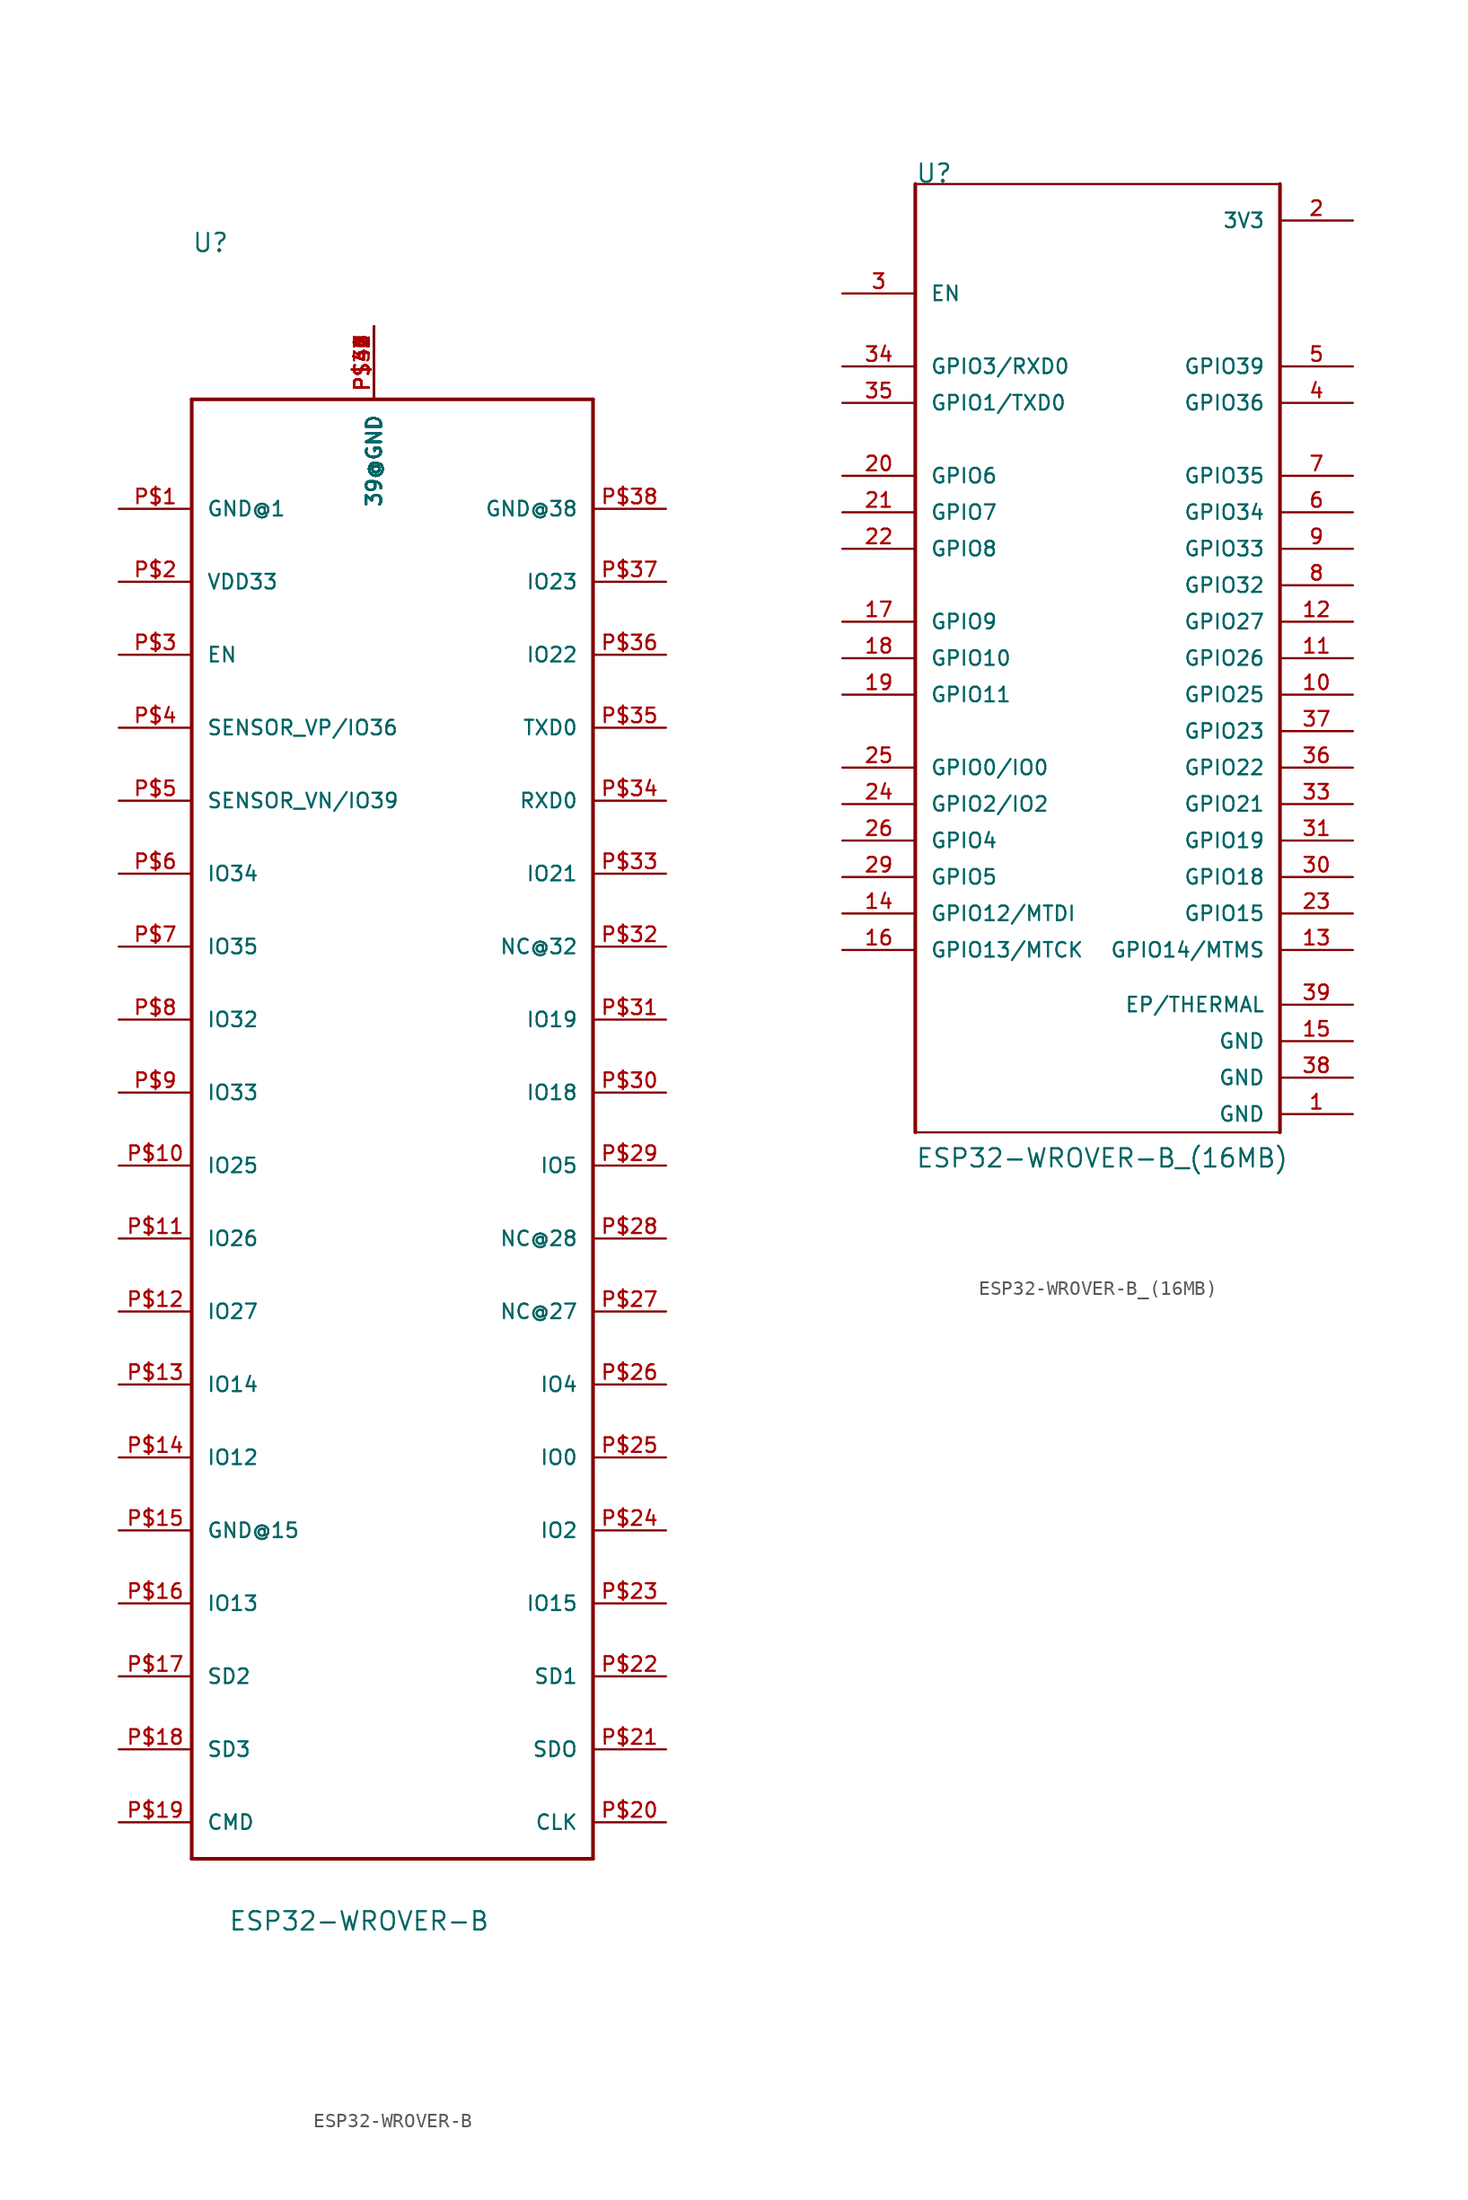
<source format=kicad_sym>
(kicad_symbol_lib
  (version 20220914)
  (generator kicad_symbol_editor)
  (symbol "ESP32-WROVER-B"
    (pin_names
      (offset 1.016))
    (property "Reference" "U"
      (at -20.32 48.26 0)
      (effects (font (size 1.27 1.27)) (justify left bottom)))
    (property "Value" "ESP32-WROVER-B"
      (at -17.78 -68.58 0)
      (effects (font (size 1.27 1.27)) (justify left bottom)))
    (symbol "ESP32-WROVER-B_0_0"
      (polyline (pts (xy -20.32 -63.5) (xy -20.32 38.1)) (stroke (width 0.254) (type solid)) (fill (type none)))
      (polyline (pts (xy -20.32 38.1) (xy 7.62 38.1)) (stroke (width 0.254) (type solid)) (fill (type none)))
      (polyline (pts (xy 7.62 -63.5) (xy -20.32 -63.5)) (stroke (width 0.254) (type solid)) (fill (type none)))
      (polyline (pts (xy 7.62 38.1) (xy 7.62 -63.5)) (stroke (width 0.254) (type solid)) (fill (type none)))
      (pin bidirectional line (at -25.4 30.48 0) (length 5.08) (name "GND@1" (effects (font (size 1.016 1.016)))) (number "P$1" (effects (font (size 1.016 1.016)))))
      (pin bidirectional line (at -25.4 -15.24 0) (length 5.08) (name "IO25" (effects (font (size 1.016 1.016)))) (number "P$10" (effects (font (size 1.016 1.016)))))
      (pin bidirectional line (at -25.4 -20.32 0) (length 5.08) (name "IO26" (effects (font (size 1.016 1.016)))) (number "P$11" (effects (font (size 1.016 1.016)))))
      (pin bidirectional line (at -25.4 -25.4 0) (length 5.08) (name "IO27" (effects (font (size 1.016 1.016)))) (number "P$12" (effects (font (size 1.016 1.016)))))
      (pin bidirectional line (at -25.4 -30.48 0) (length 5.08) (name "IO14" (effects (font (size 1.016 1.016)))) (number "P$13" (effects (font (size 1.016 1.016)))))
      (pin bidirectional line (at -25.4 -35.56 0) (length 5.08) (name "IO12" (effects (font (size 1.016 1.016)))) (number "P$14" (effects (font (size 1.016 1.016)))))
      (pin bidirectional line (at -25.4 -40.64 0) (length 5.08) (name "GND@15" (effects (font (size 1.016 1.016)))) (number "P$15" (effects (font (size 1.016 1.016)))))
      (pin bidirectional line (at -25.4 -45.72 0) (length 5.08) (name "IO13" (effects (font (size 1.016 1.016)))) (number "P$16" (effects (font (size 1.016 1.016)))))
      (pin bidirectional line (at -25.4 -50.8 0) (length 5.08) (name "SD2" (effects (font (size 1.016 1.016)))) (number "P$17" (effects (font (size 1.016 1.016)))))
      (pin bidirectional line (at -25.4 -55.88 0) (length 5.08) (name "SD3" (effects (font (size 1.016 1.016)))) (number "P$18" (effects (font (size 1.016 1.016)))))
      (pin bidirectional line (at -25.4 -60.96 0) (length 5.08) (name "CMD" (effects (font (size 1.016 1.016)))) (number "P$19" (effects (font (size 1.016 1.016)))))
      (pin bidirectional line (at -25.4 25.4 0) (length 5.08) (name "VDD33" (effects (font (size 1.016 1.016)))) (number "P$2" (effects (font (size 1.016 1.016)))))
      (pin bidirectional line (at 12.7 -60.96 180) (length 5.08) (name "CLK" (effects (font (size 1.016 1.016)))) (number "P$20" (effects (font (size 1.016 1.016)))))
      (pin bidirectional line (at 12.7 -55.88 180) (length 5.08) (name "SDO" (effects (font (size 1.016 1.016)))) (number "P$21" (effects (font (size 1.016 1.016)))))
      (pin bidirectional line (at 12.7 -50.8 180) (length 5.08) (name "SD1" (effects (font (size 1.016 1.016)))) (number "P$22" (effects (font (size 1.016 1.016)))))
      (pin bidirectional line (at 12.7 -45.72 180) (length 5.08) (name "IO15" (effects (font (size 1.016 1.016)))) (number "P$23" (effects (font (size 1.016 1.016)))))
      (pin bidirectional line (at 12.7 -40.64 180) (length 5.08) (name "IO2" (effects (font (size 1.016 1.016)))) (number "P$24" (effects (font (size 1.016 1.016)))))
      (pin bidirectional line (at 12.7 -35.56 180) (length 5.08) (name "IO0" (effects (font (size 1.016 1.016)))) (number "P$25" (effects (font (size 1.016 1.016)))))
      (pin bidirectional line (at 12.7 -30.48 180) (length 5.08) (name "IO4" (effects (font (size 1.016 1.016)))) (number "P$26" (effects (font (size 1.016 1.016)))))
      (pin bidirectional line (at 12.7 -25.4 180) (length 5.08) (name "NC@27" (effects (font (size 1.016 1.016)))) (number "P$27" (effects (font (size 1.016 1.016)))))
      (pin bidirectional line (at 12.7 -20.32 180) (length 5.08) (name "NC@28" (effects (font (size 1.016 1.016)))) (number "P$28" (effects (font (size 1.016 1.016)))))
      (pin bidirectional line (at 12.7 -15.24 180) (length 5.08) (name "IO5" (effects (font (size 1.016 1.016)))) (number "P$29" (effects (font (size 1.016 1.016)))))
      (pin bidirectional line (at -25.4 20.32 0) (length 5.08) (name "EN" (effects (font (size 1.016 1.016)))) (number "P$3" (effects (font (size 1.016 1.016)))))
      (pin bidirectional line (at 12.7 -10.16 180) (length 5.08) (name "IO18" (effects (font (size 1.016 1.016)))) (number "P$30" (effects (font (size 1.016 1.016)))))
      (pin bidirectional line (at 12.7 -5.08 180) (length 5.08) (name "IO19" (effects (font (size 1.016 1.016)))) (number "P$31" (effects (font (size 1.016 1.016)))))
      (pin bidirectional line (at 12.7 0 180) (length 5.08) (name "NC@32" (effects (font (size 1.016 1.016)))) (number "P$32" (effects (font (size 1.016 1.016)))))
      (pin bidirectional line (at 12.7 5.08 180) (length 5.08) (name "IO21" (effects (font (size 1.016 1.016)))) (number "P$33" (effects (font (size 1.016 1.016)))))
      (pin bidirectional line (at 12.7 10.16 180) (length 5.08) (name "RXD0" (effects (font (size 1.016 1.016)))) (number "P$34" (effects (font (size 1.016 1.016)))))
      (pin bidirectional line (at 12.7 15.24 180) (length 5.08) (name "TXD0" (effects (font (size 1.016 1.016)))) (number "P$35" (effects (font (size 1.016 1.016)))))
      (pin bidirectional line (at 12.7 20.32 180) (length 5.08) (name "IO22" (effects (font (size 1.016 1.016)))) (number "P$36" (effects (font (size 1.016 1.016)))))
      (pin bidirectional line (at 12.7 25.4 180) (length 5.08) (name "IO23" (effects (font (size 1.016 1.016)))) (number "P$37" (effects (font (size 1.016 1.016)))))
      (pin bidirectional line (at 12.7 30.48 180) (length 5.08) (name "GND@38" (effects (font (size 1.016 1.016)))) (number "P$38" (effects (font (size 1.016 1.016)))))
      (pin bidirectional line (at -7.62 43.18 270) (length 5.08) (name "39@GND" (effects (font (size 1.016 1.016)))) (number "P$39" (effects (font (size 1.016 1.016)))))
      (pin bidirectional line (at -25.4 15.24 0) (length 5.08) (name "SENSOR_VP/IO36" (effects (font (size 1.016 1.016)))) (number "P$4" (effects (font (size 1.016 1.016)))))
      (pin bidirectional line (at -7.62 43.18 270) (length 5.08) (name "39@GND" (effects (font (size 1.016 1.016)))) (number "P$40" (effects (font (size 1.016 1.016)))))
      (pin bidirectional line (at -7.62 43.18 270) (length 5.08) (name "39@GND" (effects (font (size 1.016 1.016)))) (number "P$41" (effects (font (size 1.016 1.016)))))
      (pin bidirectional line (at -7.62 43.18 270) (length 5.08) (name "39@GND" (effects (font (size 1.016 1.016)))) (number "P$42" (effects (font (size 1.016 1.016)))))
      (pin bidirectional line (at -7.62 43.18 270) (length 5.08) (name "39@GND" (effects (font (size 1.016 1.016)))) (number "P$43" (effects (font (size 1.016 1.016)))))
      (pin bidirectional line (at -7.62 43.18 270) (length 5.08) (name "39@GND" (effects (font (size 1.016 1.016)))) (number "P$44" (effects (font (size 1.016 1.016)))))
      (pin bidirectional line (at -7.62 43.18 270) (length 5.08) (name "39@GND" (effects (font (size 1.016 1.016)))) (number "P$45" (effects (font (size 1.016 1.016)))))
      (pin bidirectional line (at -7.62 43.18 270) (length 5.08) (name "39@GND" (effects (font (size 1.016 1.016)))) (number "P$46" (effects (font (size 1.016 1.016)))))
      (pin bidirectional line (at -7.62 43.18 270) (length 5.08) (name "39@GND" (effects (font (size 1.016 1.016)))) (number "P$47" (effects (font (size 1.016 1.016)))))
      (pin bidirectional line (at -25.4 10.16 0) (length 5.08) (name "SENSOR_VN/IO39" (effects (font (size 1.016 1.016)))) (number "P$5" (effects (font (size 1.016 1.016)))))
      (pin bidirectional line (at -25.4 5.08 0) (length 5.08) (name "IO34" (effects (font (size 1.016 1.016)))) (number "P$6" (effects (font (size 1.016 1.016)))))
      (pin bidirectional line (at -25.4 0 0) (length 5.08) (name "IO35" (effects (font (size 1.016 1.016)))) (number "P$7" (effects (font (size 1.016 1.016)))))
      (pin bidirectional line (at -25.4 -5.08 0) (length 5.08) (name "IO32" (effects (font (size 1.016 1.016)))) (number "P$8" (effects (font (size 1.016 1.016)))))
      (pin bidirectional line (at -25.4 -10.16 0) (length 5.08) (name "IO33" (effects (font (size 1.016 1.016)))) (number "P$9" (effects (font (size 1.016 1.016)))))))
  (symbol "ESP32-WROVER-B_(16MB)"
    (pin_names
      (offset 1.016))
    (property "Reference" "U"
      (at -101.6 33.02 0)
      (effects (font (size 1.27 1.27)) (justify left bottom)))
    (property "Value" "ESP32-WROVER-B_(16MB)"
      (at -101.6 -35.56 0)
      (effects (font (size 1.27 1.27)) (justify left bottom)))
    (property "ki_locked" ""
      (at 0 0 0)
      (effects (font (size 1.27 1.27))))
    (symbol "ESP32-WROVER-B_(16MB)_0_0"
      (polyline (pts (xy -101.6 33.02) (xy -101.6 -33.02)) (stroke (width 0.254) (type solid)) (fill (type none)))
      (polyline (pts (xy -76.2 -33.02) (xy -76.2 33.02)) (stroke (width 0.254) (type solid)) (fill (type none)))
      (pin power_in line (at -71.12 -31.75 180) (length 5.08) (name "GND" (effects (font (size 1.016 1.016)))) (number "1" (effects (font (size 1.016 1.016)))))
      (pin bidirectional line (at -71.12 -2.54 180) (length 5.08) (name "GPIO25" (effects (font (size 1.016 1.016)))) (number "10" (effects (font (size 1.016 1.016)))))
      (pin bidirectional line (at -71.12 0 180) (length 5.08) (name "GPIO26" (effects (font (size 1.016 1.016)))) (number "11" (effects (font (size 1.016 1.016)))))
      (pin bidirectional line (at -71.12 2.54 180) (length 5.08) (name "GPIO27" (effects (font (size 1.016 1.016)))) (number "12" (effects (font (size 1.016 1.016)))))
      (pin bidirectional line (at -71.12 -20.32 180) (length 5.08) (name "GPIO14/MTMS" (effects (font (size 1.016 1.016)))) (number "13" (effects (font (size 1.016 1.016)))))
      (pin bidirectional line (at -106.68 -17.78 0) (length 5.08) (name "GPIO12/MTDI" (effects (font (size 1.016 1.016)))) (number "14" (effects (font (size 1.016 1.016)))))
      (pin power_in line (at -71.12 -26.67 180) (length 5.08) (name "GND" (effects (font (size 1.016 1.016)))) (number "15" (effects (font (size 1.016 1.016)))))
      (pin bidirectional line (at -106.68 -20.32 0) (length 5.08) (name "GPIO13/MTCK" (effects (font (size 1.016 1.016)))) (number "16" (effects (font (size 1.016 1.016)))))
      (pin bidirectional line (at -106.68 2.54 0) (length 5.08) (name "GPIO9" (effects (font (size 1.016 1.016)))) (number "17" (effects (font (size 1.016 1.016)))))
      (pin bidirectional line (at -106.68 0 0) (length 5.08) (name "GPIO10" (effects (font (size 1.016 1.016)))) (number "18" (effects (font (size 1.016 1.016)))))
      (pin bidirectional line (at -106.68 -2.54 0) (length 5.08) (name "GPIO11" (effects (font (size 1.016 1.016)))) (number "19" (effects (font (size 1.016 1.016)))))
      (pin power_in line (at -71.12 30.48 180) (length 5.08) (name "3V3" (effects (font (size 1.016 1.016)))) (number "2" (effects (font (size 1.016 1.016)))))
      (pin bidirectional line (at -106.68 12.7 0) (length 5.08) (name "GPIO6" (effects (font (size 1.016 1.016)))) (number "20" (effects (font (size 1.016 1.016)))))
      (pin bidirectional line (at -106.68 10.16 0) (length 5.08) (name "GPIO7" (effects (font (size 1.016 1.016)))) (number "21" (effects (font (size 1.016 1.016)))))
      (pin bidirectional line (at -106.68 7.62 0) (length 5.08) (name "GPIO8" (effects (font (size 1.016 1.016)))) (number "22" (effects (font (size 1.016 1.016)))))
      (pin bidirectional line (at -71.12 -17.78 180) (length 5.08) (name "GPIO15" (effects (font (size 1.016 1.016)))) (number "23" (effects (font (size 1.016 1.016)))))
      (pin bidirectional line (at -106.68 -10.16 0) (length 5.08) (name "GPIO2/IO2" (effects (font (size 1.016 1.016)))) (number "24" (effects (font (size 1.016 1.016)))))
      (pin bidirectional line (at -106.68 -7.62 0) (length 5.08) (name "GPIO0/IO0" (effects (font (size 1.016 1.016)))) (number "25" (effects (font (size 1.016 1.016)))))
      (pin bidirectional line (at -106.68 -12.7 0) (length 5.08) (name "GPIO4" (effects (font (size 1.016 1.016)))) (number "26" (effects (font (size 1.016 1.016)))))
      (pin bidirectional line (at -106.68 -15.24 0) (length 5.08) (name "GPIO5" (effects (font (size 1.016 1.016)))) (number "29" (effects (font (size 1.016 1.016)))))
      (pin input line (at -106.68 25.4 0) (length 5.08) (name "EN" (effects (font (size 1.016 1.016)))) (number "3" (effects (font (size 1.016 1.016)))))
      (pin bidirectional line (at -71.12 -15.24 180) (length 5.08) (name "GPIO18" (effects (font (size 1.016 1.016)))) (number "30" (effects (font (size 1.016 1.016)))))
      (pin bidirectional line (at -71.12 -12.7 180) (length 5.08) (name "GPIO19" (effects (font (size 1.016 1.016)))) (number "31" (effects (font (size 1.016 1.016)))))
      (pin bidirectional line (at -71.12 -10.16 180) (length 5.08) (name "GPIO21" (effects (font (size 1.016 1.016)))) (number "33" (effects (font (size 1.016 1.016)))))
      (pin bidirectional line (at -106.68 20.32 0) (length 5.08) (name "GPIO3/RXD0" (effects (font (size 1.016 1.016)))) (number "34" (effects (font (size 1.016 1.016)))))
      (pin bidirectional line (at -106.68 17.78 0) (length 5.08) (name "GPIO1/TXD0" (effects (font (size 1.016 1.016)))) (number "35" (effects (font (size 1.016 1.016)))))
      (pin bidirectional line (at -71.12 -7.62 180) (length 5.08) (name "GPIO22" (effects (font (size 1.016 1.016)))) (number "36" (effects (font (size 1.016 1.016)))))
      (pin bidirectional line (at -71.12 -5.08 180) (length 5.08) (name "GPIO23" (effects (font (size 1.016 1.016)))) (number "37" (effects (font (size 1.016 1.016)))))
      (pin power_in line (at -71.12 -29.21 180) (length 5.08) (name "GND" (effects (font (size 1.016 1.016)))) (number "38" (effects (font (size 1.016 1.016)))))
      (pin power_in line (at -71.12 -24.13 180) (length 5.08) (name "EP/THERMAL" (effects (font (size 1.016 1.016)))) (number "39" (effects (font (size 1.016 1.016)))))
      (pin bidirectional line (at -71.12 17.78 180) (length 5.08) (name "GPIO36" (effects (font (size 1.016 1.016)))) (number "4" (effects (font (size 1.016 1.016)))))
      (pin bidirectional line (at -71.12 20.32 180) (length 5.08) (name "GPIO39" (effects (font (size 1.016 1.016)))) (number "5" (effects (font (size 1.016 1.016)))))
      (pin bidirectional line (at -71.12 10.16 180) (length 5.08) (name "GPIO34" (effects (font (size 1.016 1.016)))) (number "6" (effects (font (size 1.016 1.016)))))
      (pin bidirectional line (at -71.12 12.7 180) (length 5.08) (name "GPIO35" (effects (font (size 1.016 1.016)))) (number "7" (effects (font (size 1.016 1.016)))))
      (pin bidirectional line (at -71.12 5.08 180) (length 5.08) (name "GPIO32" (effects (font (size 1.016 1.016)))) (number "8" (effects (font (size 1.016 1.016)))))
      (pin bidirectional line (at -71.12 7.62 180) (length 5.08) (name "GPIO33" (effects (font (size 1.016 1.016)))) (number "9" (effects (font (size 1.016 1.016))))))
    (symbol "ESP32-WROVER-B_(16MB)_1_1"
      (rectangle (start -101.6 33.02) (end -76.2 33.02) (stroke (width 0) (type solid)) (fill (type none)))
      (rectangle (start -76.2 -33.02) (end -101.6 -33.02) (stroke (width 0) (type solid)) (fill (type none))))))
</source>
